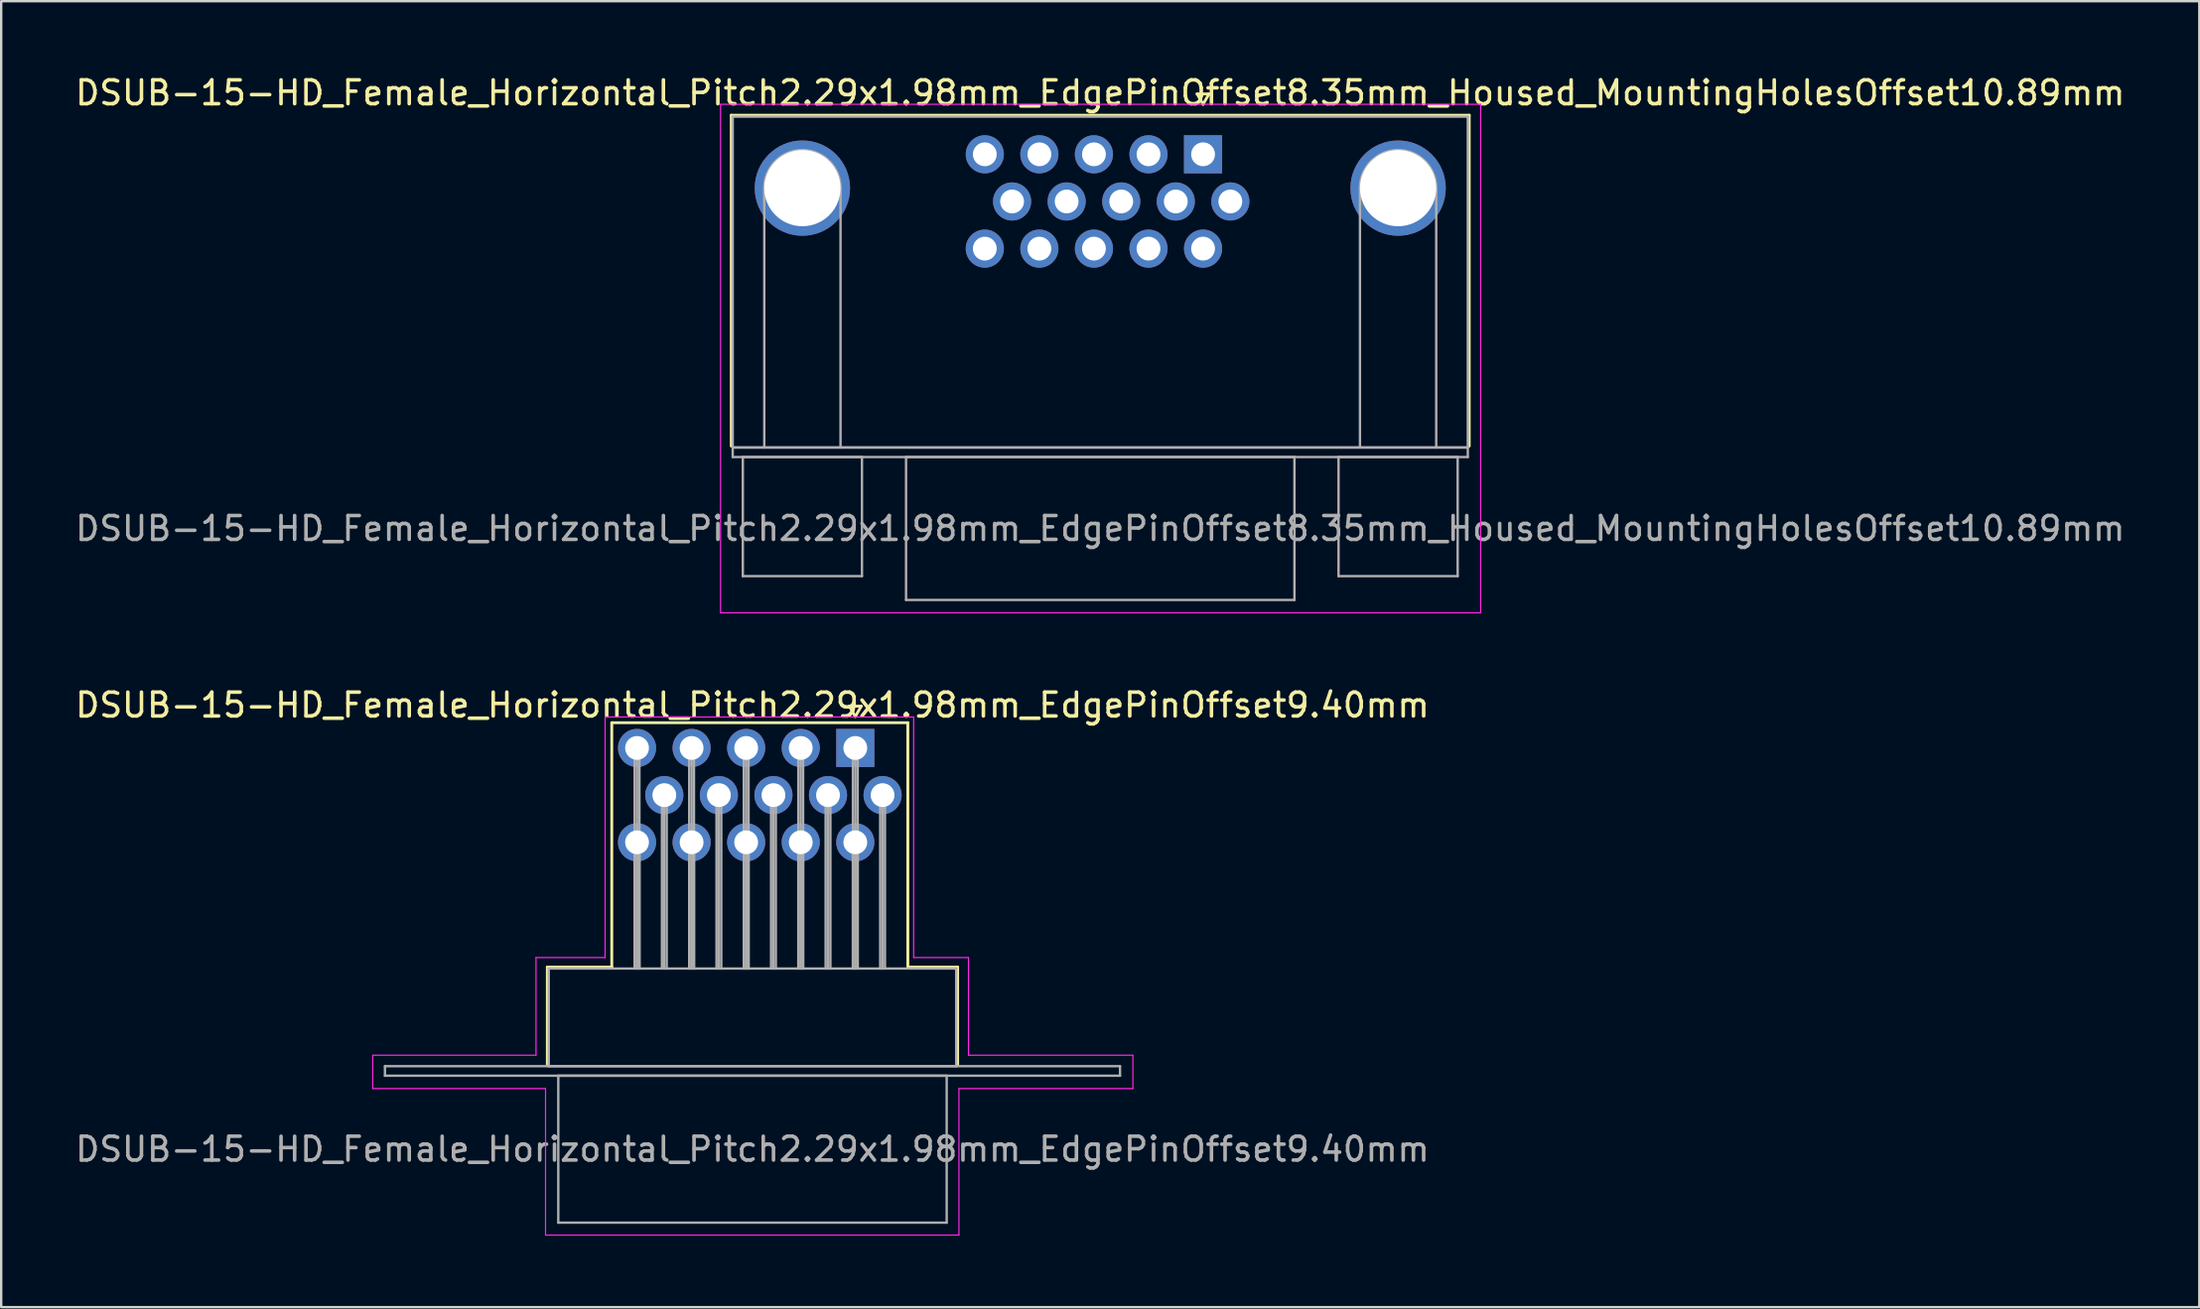
<source format=kicad_pcb>
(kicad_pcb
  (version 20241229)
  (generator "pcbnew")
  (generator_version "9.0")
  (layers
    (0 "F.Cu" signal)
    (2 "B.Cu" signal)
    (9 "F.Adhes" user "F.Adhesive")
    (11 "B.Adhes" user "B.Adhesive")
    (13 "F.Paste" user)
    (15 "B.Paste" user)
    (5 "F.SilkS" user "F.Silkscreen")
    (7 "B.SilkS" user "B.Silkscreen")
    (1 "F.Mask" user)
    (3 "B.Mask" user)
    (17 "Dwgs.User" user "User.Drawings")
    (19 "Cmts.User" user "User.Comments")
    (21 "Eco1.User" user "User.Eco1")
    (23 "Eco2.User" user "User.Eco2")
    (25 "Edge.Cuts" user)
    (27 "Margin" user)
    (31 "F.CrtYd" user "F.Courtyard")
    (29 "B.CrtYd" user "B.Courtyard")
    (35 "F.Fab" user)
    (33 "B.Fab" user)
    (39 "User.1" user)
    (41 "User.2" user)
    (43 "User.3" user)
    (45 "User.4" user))
  (footprint "DSUB-15-HD_Female_Horizontal_Pitch2.29x1.98mm_EdgePinOffset9.40mm"
    (layer "F.Cu")
    (at 32.845 28.352)
    (property "Reference" "DSUB-15-HD_Female_Horizontal_Pitch2.29x1.98mm_EdgePinOffset9.40mm" (at -4.315 -1.8 0) (layer "F.SilkS") (effects (font (size 1 1) (thickness 0.15))))
    (attr through_hole)
    (fp_line (start -12.925 9.2) (end -10.22 9.2) (stroke (width 0.12) (type solid)) (layer "F.SilkS"))
    (fp_line (start -12.925 13.3) (end -12.925 9.2) (stroke (width 0.12) (type solid)) (layer "F.SilkS"))
    (fp_line (start -10.22 -1.06) (end 2.205 -1.06) (stroke (width 0.12) (type solid)) (layer "F.SilkS"))
    (fp_line (start -10.22 9.2) (end -10.22 -1.06) (stroke (width 0.12) (type solid)) (layer "F.SilkS"))
    (fp_line (start -0.25 -1.754) (end 0.25 -1.754) (stroke (width 0.12) (type solid)) (layer "F.SilkS"))
    (fp_line (start 0 -1.321) (end -0.25 -1.754) (stroke (width 0.12) (type solid)) (layer "F.SilkS"))
    (fp_line (start 0.25 -1.754) (end 0 -1.321) (stroke (width 0.12) (type solid)) (layer "F.SilkS"))
    (fp_line (start 2.205 -1.06) (end 2.205 9.2) (stroke (width 0.12) (type solid)) (layer "F.SilkS"))
    (fp_line (start 2.205 9.2) (end 4.295 9.2) (stroke (width 0.12) (type solid)) (layer "F.SilkS"))
    (fp_line (start 4.295 9.2) (end 4.295 13.3) (stroke (width 0.12) (type solid)) (layer "F.SilkS"))
    (fp_line (start -20.25 12.9) (end -13.4 12.9) (stroke (width 0.05) (type solid)) (layer "F.CrtYd"))
    (fp_line (start -20.25 14.3) (end -20.25 12.9) (stroke (width 0.05) (type solid)) (layer "F.CrtYd"))
    (fp_line (start -13.4 8.8) (end -10.5 8.8) (stroke (width 0.05) (type solid)) (layer "F.CrtYd"))
    (fp_line (start -13.4 12.9) (end -13.4 8.8) (stroke (width 0.05) (type solid)) (layer "F.CrtYd"))
    (fp_line (start -13 14.3) (end -20.25 14.3) (stroke (width 0.05) (type solid)) (layer "F.CrtYd"))
    (fp_line (start -13 20.45) (end -13 14.3) (stroke (width 0.05) (type solid)) (layer "F.CrtYd"))
    (fp_line (start -10.5 -1.3) (end 2.45 -1.3) (stroke (width 0.05) (type solid)) (layer "F.CrtYd"))
    (fp_line (start -10.5 8.8) (end -10.5 -1.3) (stroke (width 0.05) (type solid)) (layer "F.CrtYd"))
    (fp_line (start 2.45 -1.3) (end 2.45 8.8) (stroke (width 0.05) (type solid)) (layer "F.CrtYd"))
    (fp_line (start 2.45 8.8) (end 4.75 8.8) (stroke (width 0.05) (type solid)) (layer "F.CrtYd"))
    (fp_line (start 4.35 14.3) (end 4.35 20.45) (stroke (width 0.05) (type solid)) (layer "F.CrtYd"))
    (fp_line (start 4.35 20.45) (end -13 20.45) (stroke (width 0.05) (type solid)) (layer "F.CrtYd"))
    (fp_line (start 4.75 8.8) (end 4.75 12.9) (stroke (width 0.05) (type solid)) (layer "F.CrtYd"))
    (fp_line (start 4.75 12.9) (end 11.65 12.9) (stroke (width 0.05) (type solid)) (layer "F.CrtYd"))
    (fp_line (start 11.65 12.9) (end 11.65 14.3) (stroke (width 0.05) (type solid)) (layer "F.CrtYd"))
    (fp_line (start 11.65 14.3) (end 4.35 14.3) (stroke (width 0.05) (type solid)) (layer "F.CrtYd"))
    (fp_line (start -19.74 13.36) (end -19.74 13.76) (stroke (width 0.1) (type solid)) (layer "F.Fab"))
    (fp_line (start -19.74 13.76) (end 11.11 13.76) (stroke (width 0.1) (type solid)) (layer "F.Fab"))
    (fp_line (start -12.865 9.26) (end -12.865 13.36) (stroke (width 0.1) (type solid)) (layer "F.Fab"))
    (fp_line (start -12.865 13.36) (end 4.235 13.36) (stroke (width 0.1) (type solid)) (layer "F.Fab"))
    (fp_line (start -12.465 13.76) (end -12.465 19.93) (stroke (width 0.1) (type solid)) (layer "F.Fab"))
    (fp_line (start -12.465 19.93) (end 3.835 19.93) (stroke (width 0.1) (type solid)) (layer "F.Fab"))
    (fp_line (start -9.26 0) (end -9.26 9.26) (stroke (width 0.1) (type solid)) (layer "F.Fab"))
    (fp_line (start -9.26 3.96) (end -9.26 9.26) (stroke (width 0.1) (type solid)) (layer "F.Fab"))
    (fp_line (start -9.16 0) (end -9.16 9.26) (stroke (width 0.1) (type solid)) (layer "F.Fab"))
    (fp_line (start -9.16 3.96) (end -9.16 9.26) (stroke (width 0.1) (type solid)) (layer "F.Fab"))
    (fp_line (start -9.06 0) (end -9.06 9.26) (stroke (width 0.1) (type solid)) (layer "F.Fab"))
    (fp_line (start -9.06 3.96) (end -9.06 9.26) (stroke (width 0.1) (type solid)) (layer "F.Fab"))
    (fp_line (start -8.115 1.98) (end -8.115 9.26) (stroke (width 0.1) (type solid)) (layer "F.Fab"))
    (fp_line (start -8.015 1.98) (end -8.015 9.26) (stroke (width 0.1) (type solid)) (layer "F.Fab"))
    (fp_line (start -7.915 1.98) (end -7.915 9.26) (stroke (width 0.1) (type solid)) (layer "F.Fab"))
    (fp_line (start -6.97 0) (end -6.97 9.26) (stroke (width 0.1) (type solid)) (layer "F.Fab"))
    (fp_line (start -6.97 3.96) (end -6.97 9.26) (stroke (width 0.1) (type solid)) (layer "F.Fab"))
    (fp_line (start -6.87 0) (end -6.87 9.26) (stroke (width 0.1) (type solid)) (layer "F.Fab"))
    (fp_line (start -6.87 3.96) (end -6.87 9.26) (stroke (width 0.1) (type solid)) (layer "F.Fab"))
    (fp_line (start -6.77 0) (end -6.77 9.26) (stroke (width 0.1) (type solid)) (layer "F.Fab"))
    (fp_line (start -6.77 3.96) (end -6.77 9.26) (stroke (width 0.1) (type solid)) (layer "F.Fab"))
    (fp_line (start -5.825 1.98) (end -5.825 9.26) (stroke (width 0.1) (type solid)) (layer "F.Fab"))
    (fp_line (start -5.725 1.98) (end -5.725 9.26) (stroke (width 0.1) (type solid)) (layer "F.Fab"))
    (fp_line (start -5.625 1.98) (end -5.625 9.26) (stroke (width 0.1) (type solid)) (layer "F.Fab"))
    (fp_line (start -4.68 0) (end -4.68 9.26) (stroke (width 0.1) (type solid)) (layer "F.Fab"))
    (fp_line (start -4.68 3.96) (end -4.68 9.26) (stroke (width 0.1) (type solid)) (layer "F.Fab"))
    (fp_line (start -4.58 0) (end -4.58 9.26) (stroke (width 0.1) (type solid)) (layer "F.Fab"))
    (fp_line (start -4.58 3.96) (end -4.58 9.26) (stroke (width 0.1) (type solid)) (layer "F.Fab"))
    (fp_line (start -4.48 0) (end -4.48 9.26) (stroke (width 0.1) (type solid)) (layer "F.Fab"))
    (fp_line (start -4.48 3.96) (end -4.48 9.26) (stroke (width 0.1) (type solid)) (layer "F.Fab"))
    (fp_line (start -3.535 1.98) (end -3.535 9.26) (stroke (width 0.1) (type solid)) (layer "F.Fab"))
    (fp_line (start -3.435 1.98) (end -3.435 9.26) (stroke (width 0.1) (type solid)) (layer "F.Fab"))
    (fp_line (start -3.335 1.98) (end -3.335 9.26) (stroke (width 0.1) (type solid)) (layer "F.Fab"))
    (fp_line (start -2.39 0) (end -2.39 9.26) (stroke (width 0.1) (type solid)) (layer "F.Fab"))
    (fp_line (start -2.39 3.96) (end -2.39 9.26) (stroke (width 0.1) (type solid)) (layer "F.Fab"))
    (fp_line (start -2.29 0) (end -2.29 9.26) (stroke (width 0.1) (type solid)) (layer "F.Fab"))
    (fp_line (start -2.29 3.96) (end -2.29 9.26) (stroke (width 0.1) (type solid)) (layer "F.Fab"))
    (fp_line (start -2.19 0) (end -2.19 9.26) (stroke (width 0.1) (type solid)) (layer "F.Fab"))
    (fp_line (start -2.19 3.96) (end -2.19 9.26) (stroke (width 0.1) (type solid)) (layer "F.Fab"))
    (fp_line (start -1.245 1.98) (end -1.245 9.26) (stroke (width 0.1) (type solid)) (layer "F.Fab"))
    (fp_line (start -1.145 1.98) (end -1.145 9.26) (stroke (width 0.1) (type solid)) (layer "F.Fab"))
    (fp_line (start -1.045 1.98) (end -1.045 9.26) (stroke (width 0.1) (type solid)) (layer "F.Fab"))
    (fp_line (start -0.1 0) (end -0.1 9.26) (stroke (width 0.1) (type solid)) (layer "F.Fab"))
    (fp_line (start -0.1 3.96) (end -0.1 9.26) (stroke (width 0.1) (type solid)) (layer "F.Fab"))
    (fp_line (start 0 0) (end 0 9.26) (stroke (width 0.1) (type solid)) (layer "F.Fab"))
    (fp_line (start 0 3.96) (end 0 9.26) (stroke (width 0.1) (type solid)) (layer "F.Fab"))
    (fp_line (start 0.1 0) (end 0.1 9.26) (stroke (width 0.1) (type solid)) (layer "F.Fab"))
    (fp_line (start 0.1 3.96) (end 0.1 9.26) (stroke (width 0.1) (type solid)) (layer "F.Fab"))
    (fp_line (start 1.045 1.98) (end 1.045 9.26) (stroke (width 0.1) (type solid)) (layer "F.Fab"))
    (fp_line (start 1.145 1.98) (end 1.145 9.26) (stroke (width 0.1) (type solid)) (layer "F.Fab"))
    (fp_line (start 1.245 1.98) (end 1.245 9.26) (stroke (width 0.1) (type solid)) (layer "F.Fab"))
    (fp_line (start 3.835 13.76) (end -12.465 13.76) (stroke (width 0.1) (type solid)) (layer "F.Fab"))
    (fp_line (start 3.835 19.93) (end 3.835 13.76) (stroke (width 0.1) (type solid)) (layer "F.Fab"))
    (fp_line (start 4.235 9.26) (end -12.865 9.26) (stroke (width 0.1) (type solid)) (layer "F.Fab"))
    (fp_line (start 4.235 13.36) (end 4.235 9.26) (stroke (width 0.1) (type solid)) (layer "F.Fab"))
    (fp_line (start 11.11 13.36) (end -19.74 13.36) (stroke (width 0.1) (type solid)) (layer "F.Fab"))
    (fp_line (start 11.11 13.76) (end 11.11 13.36) (stroke (width 0.1) (type solid)) (layer "F.Fab"))
    (fp_text user "${REFERENCE}" (at -4.315 16.845 0) (layer "F.Fab") (effects (font (size 1 1) (thickness 0.15))))
    (pad "1" thru_hole rect (at 0 0) (size 1.6 1.6) (drill 1) (layers "*.Cu" "*.Mask"))
    (pad "2" thru_hole circle (at -2.29 0) (size 1.6 1.6) (drill 1) (layers "*.Cu" "*.Mask"))
    (pad "3" thru_hole circle (at -4.58 0) (size 1.6 1.6) (drill 1) (layers "*.Cu" "*.Mask"))
    (pad "4" thru_hole circle (at -6.87 0) (size 1.6 1.6) (drill 1) (layers "*.Cu" "*.Mask"))
    (pad "5" thru_hole circle (at -9.16 0) (size 1.6 1.6) (drill 1) (layers "*.Cu" "*.Mask"))
    (pad "6" thru_hole circle (at 1.145 1.98) (size 1.6 1.6) (drill 1) (layers "*.Cu" "*.Mask"))
    (pad "7" thru_hole circle (at -1.145 1.98) (size 1.6 1.6) (drill 1) (layers "*.Cu" "*.Mask"))
    (pad "8" thru_hole circle (at -3.435 1.98) (size 1.6 1.6) (drill 1) (layers "*.Cu" "*.Mask"))
    (pad "9" thru_hole circle (at -5.725 1.98) (size 1.6 1.6) (drill 1) (layers "*.Cu" "*.Mask"))
    (pad "10" thru_hole circle (at -8.015 1.98) (size 1.6 1.6) (drill 1) (layers "*.Cu" "*.Mask"))
    (pad "11" thru_hole circle (at 0 3.96) (size 1.6 1.6) (drill 1) (layers "*.Cu" "*.Mask"))
    (pad "12" thru_hole circle (at -2.29 3.96) (size 1.6 1.6) (drill 1) (layers "*.Cu" "*.Mask"))
    (pad "13" thru_hole circle (at -4.58 3.96) (size 1.6 1.6) (drill 1) (layers "*.Cu" "*.Mask"))
    (pad "14" thru_hole circle (at -6.87 3.96) (size 1.6 1.6) (drill 1) (layers "*.Cu" "*.Mask"))
    (pad "15" thru_hole circle (at -9.16 3.96) (size 1.6 1.6) (drill 1) (layers "*.Cu" "*.Mask")))
  (footprint "DSUB-15-HD_Female_Horizontal_Pitch2.29x1.98mm_EdgePinOffset8.35mm_Housed_MountingHolesOffset10.89mm"
    (layer "F.Cu")
    (at 47.44 3.428)
    (property "Reference" "DSUB-15-HD_Female_Horizontal_Pitch2.29x1.98mm_EdgePinOffset8.35mm_Housed_MountingHolesOffset10.89mm" (at -4.315 -2.58 0) (layer "F.SilkS") (effects (font (size 1 1) (thickness 0.15))))
    (attr through_hole)
    (fp_line (start -19.8 -1.64) (end 11.17 -1.64) (stroke (width 0.12) (type solid)) (layer "F.SilkS"))
    (fp_line (start -19.8 12.25) (end -19.8 -1.64) (stroke (width 0.12) (type solid)) (layer "F.SilkS"))
    (fp_line (start -0.25 -2.534) (end 0.25 -2.534) (stroke (width 0.12) (type solid)) (layer "F.SilkS"))
    (fp_line (start 0 -2.101) (end -0.25 -2.534) (stroke (width 0.12) (type solid)) (layer "F.SilkS"))
    (fp_line (start 0.25 -2.534) (end 0 -2.101) (stroke (width 0.12) (type solid)) (layer "F.SilkS"))
    (fp_line (start 11.17 -1.64) (end 11.17 12.25) (stroke (width 0.12) (type solid)) (layer "F.SilkS"))
    (fp_line (start -20.25 -2.1) (end -20.25 19.25) (stroke (width 0.05) (type solid)) (layer "F.CrtYd"))
    (fp_line (start -20.25 19.25) (end 11.65 19.25) (stroke (width 0.05) (type solid)) (layer "F.CrtYd"))
    (fp_line (start 11.65 -2.1) (end -20.25 -2.1) (stroke (width 0.05) (type solid)) (layer "F.CrtYd"))
    (fp_line (start 11.65 19.25) (end 11.65 -2.1) (stroke (width 0.05) (type solid)) (layer "F.CrtYd"))
    (fp_line (start -19.74 -1.58) (end -19.74 12.31) (stroke (width 0.1) (type solid)) (layer "F.Fab"))
    (fp_line (start -19.74 12.31) (end -19.74 12.71) (stroke (width 0.1) (type solid)) (layer "F.Fab"))
    (fp_line (start -19.74 12.31) (end 11.11 12.31) (stroke (width 0.1) (type solid)) (layer "F.Fab"))
    (fp_line (start -19.74 12.71) (end 11.11 12.71) (stroke (width 0.1) (type solid)) (layer "F.Fab"))
    (fp_line (start -19.315 12.71) (end -19.315 17.71) (stroke (width 0.1) (type solid)) (layer "F.Fab"))
    (fp_line (start -19.315 17.71) (end -14.315 17.71) (stroke (width 0.1) (type solid)) (layer "F.Fab"))
    (fp_line (start -18.415 12.31) (end -18.415 1.42) (stroke (width 0.1) (type solid)) (layer "F.Fab"))
    (fp_line (start -15.215 12.31) (end -15.215 1.42) (stroke (width 0.1) (type solid)) (layer "F.Fab"))
    (fp_line (start -14.315 12.71) (end -19.315 12.71) (stroke (width 0.1) (type solid)) (layer "F.Fab"))
    (fp_line (start -14.315 17.71) (end -14.315 12.71) (stroke (width 0.1) (type solid)) (layer "F.Fab"))
    (fp_line (start -12.465 12.71) (end -12.465 18.71) (stroke (width 0.1) (type solid)) (layer "F.Fab"))
    (fp_line (start -12.465 18.71) (end 3.835 18.71) (stroke (width 0.1) (type solid)) (layer "F.Fab"))
    (fp_line (start 3.835 12.71) (end -12.465 12.71) (stroke (width 0.1) (type solid)) (layer "F.Fab"))
    (fp_line (start 3.835 18.71) (end 3.835 12.71) (stroke (width 0.1) (type solid)) (layer "F.Fab"))
    (fp_line (start 5.685 12.71) (end 5.685 17.71) (stroke (width 0.1) (type solid)) (layer "F.Fab"))
    (fp_line (start 5.685 17.71) (end 10.685 17.71) (stroke (width 0.1) (type solid)) (layer "F.Fab"))
    (fp_line (start 6.585 12.31) (end 6.585 1.42) (stroke (width 0.1) (type solid)) (layer "F.Fab"))
    (fp_line (start 9.785 12.31) (end 9.785 1.42) (stroke (width 0.1) (type solid)) (layer "F.Fab"))
    (fp_line (start 10.685 12.71) (end 5.685 12.71) (stroke (width 0.1) (type solid)) (layer "F.Fab"))
    (fp_line (start 10.685 17.71) (end 10.685 12.71) (stroke (width 0.1) (type solid)) (layer "F.Fab"))
    (fp_line (start 11.11 -1.58) (end -19.74 -1.58) (stroke (width 0.1) (type solid)) (layer "F.Fab"))
    (fp_line (start 11.11 12.31) (end -19.74 12.31) (stroke (width 0.1) (type solid)) (layer "F.Fab"))
    (fp_line (start 11.11 12.31) (end 11.11 -1.58) (stroke (width 0.1) (type solid)) (layer "F.Fab"))
    (fp_line (start 11.11 12.71) (end 11.11 12.31) (stroke (width 0.1) (type solid)) (layer "F.Fab"))
    (fp_arc (start -18.415 1.42) (mid -16.815 -0.18) (end -15.215 1.42) (stroke (width 0.1) (type solid)) (layer "F.Fab"))
    (fp_arc (start 6.585 1.42) (mid 8.185 -0.18) (end 9.785 1.42) (stroke (width 0.1) (type solid)) (layer "F.Fab"))
    (fp_text user "${REFERENCE}" (at -4.315 15.71 0) (layer "F.Fab") (effects (font (size 1 1) (thickness 0.15))))
    (pad "0" thru_hole circle (at -16.815 1.42) (size 4 4) (drill 3.2) (layers "*.Cu" "*.Mask"))
    (pad "0" thru_hole circle (at 8.185 1.42) (size 4 4) (drill 3.2) (layers "*.Cu" "*.Mask"))
    (pad "1" thru_hole rect (at 0 0) (size 1.6 1.6) (drill 1) (layers "*.Cu" "*.Mask"))
    (pad "2" thru_hole circle (at -2.29 0) (size 1.6 1.6) (drill 1) (layers "*.Cu" "*.Mask"))
    (pad "3" thru_hole circle (at -4.58 0) (size 1.6 1.6) (drill 1) (layers "*.Cu" "*.Mask"))
    (pad "4" thru_hole circle (at -6.87 0) (size 1.6 1.6) (drill 1) (layers "*.Cu" "*.Mask"))
    (pad "5" thru_hole circle (at -9.16 0) (size 1.6 1.6) (drill 1) (layers "*.Cu" "*.Mask"))
    (pad "6" thru_hole circle (at 1.145 1.98) (size 1.6 1.6) (drill 1) (layers "*.Cu" "*.Mask"))
    (pad "7" thru_hole circle (at -1.145 1.98) (size 1.6 1.6) (drill 1) (layers "*.Cu" "*.Mask"))
    (pad "8" thru_hole circle (at -3.435 1.98) (size 1.6 1.6) (drill 1) (layers "*.Cu" "*.Mask"))
    (pad "9" thru_hole circle (at -5.725 1.98) (size 1.6 1.6) (drill 1) (layers "*.Cu" "*.Mask"))
    (pad "10" thru_hole circle (at -8.015 1.98) (size 1.6 1.6) (drill 1) (layers "*.Cu" "*.Mask"))
    (pad "11" thru_hole circle (at 0 3.96) (size 1.6 1.6) (drill 1) (layers "*.Cu" "*.Mask"))
    (pad "12" thru_hole circle (at -2.29 3.96) (size 1.6 1.6) (drill 1) (layers "*.Cu" "*.Mask"))
    (pad "13" thru_hole circle (at -4.58 3.96) (size 1.6 1.6) (drill 1) (layers "*.Cu" "*.Mask"))
    (pad "14" thru_hole circle (at -6.87 3.96) (size 1.6 1.6) (drill 1) (layers "*.Cu" "*.Mask"))
    (pad "15" thru_hole circle (at -9.16 3.96) (size 1.6 1.6) (drill 1) (layers "*.Cu" "*.Mask")))
  (gr_rect
    (start -3 -3)
    (end 89.25 51.827)
    (stroke (width 0.1) (type default))
    (fill no)
    (layer "Edge.Cuts")))
</source>
